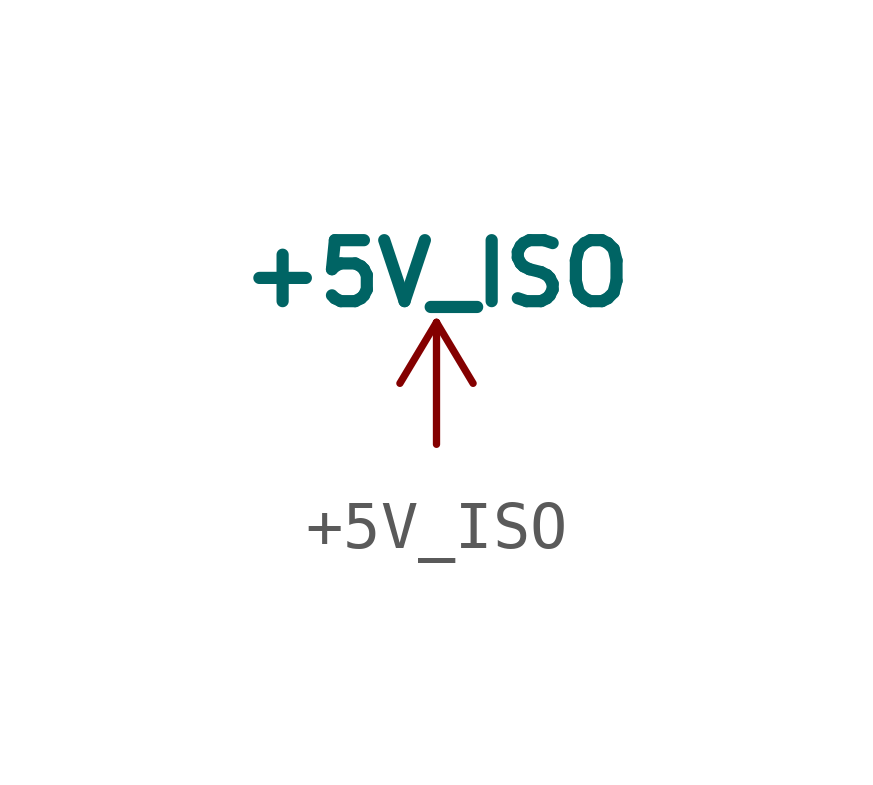
<source format=kicad_sym>
(kicad_symbol_lib
  (version 20231120)
  (generator "kicad_symbol_editor")
  (generator_version "8.0")
  (symbol "+5V_ISO"
    (power)
    (pin_names
      (offset 0))
    (property "Reference" "#PWR"
      (at 0 -3.81 0)
      (effects (font (size 1.27 1.27)) (hide yes)))
    (property "Value" "+5V_ISO"
      (at 0 3.556 0)
      (effects (font (size 1.27 1.27) (bold yes))))
    (symbol "+5V_ISO_0_1"
      (polyline (pts (xy -0.762 1.27) (xy 0 2.54)) (stroke (width 0) (type solid)) (fill (type none)))
      (polyline (pts (xy 0 0) (xy 0 2.54)) (stroke (width 0) (type solid)) (fill (type none)))
      (polyline (pts (xy 0 2.54) (xy 0.762 1.27)) (stroke (width 0) (type solid)) (fill (type none))))
    (symbol "+5V_ISO_1_1"
      (pin power_in line (at 0 0 90) (length 0) hide (name "+5V_ISO" (effects (font (size 1.27 1.27)))) (number "1" (effects (font (size 1.27 1.27))))))))
</source>
